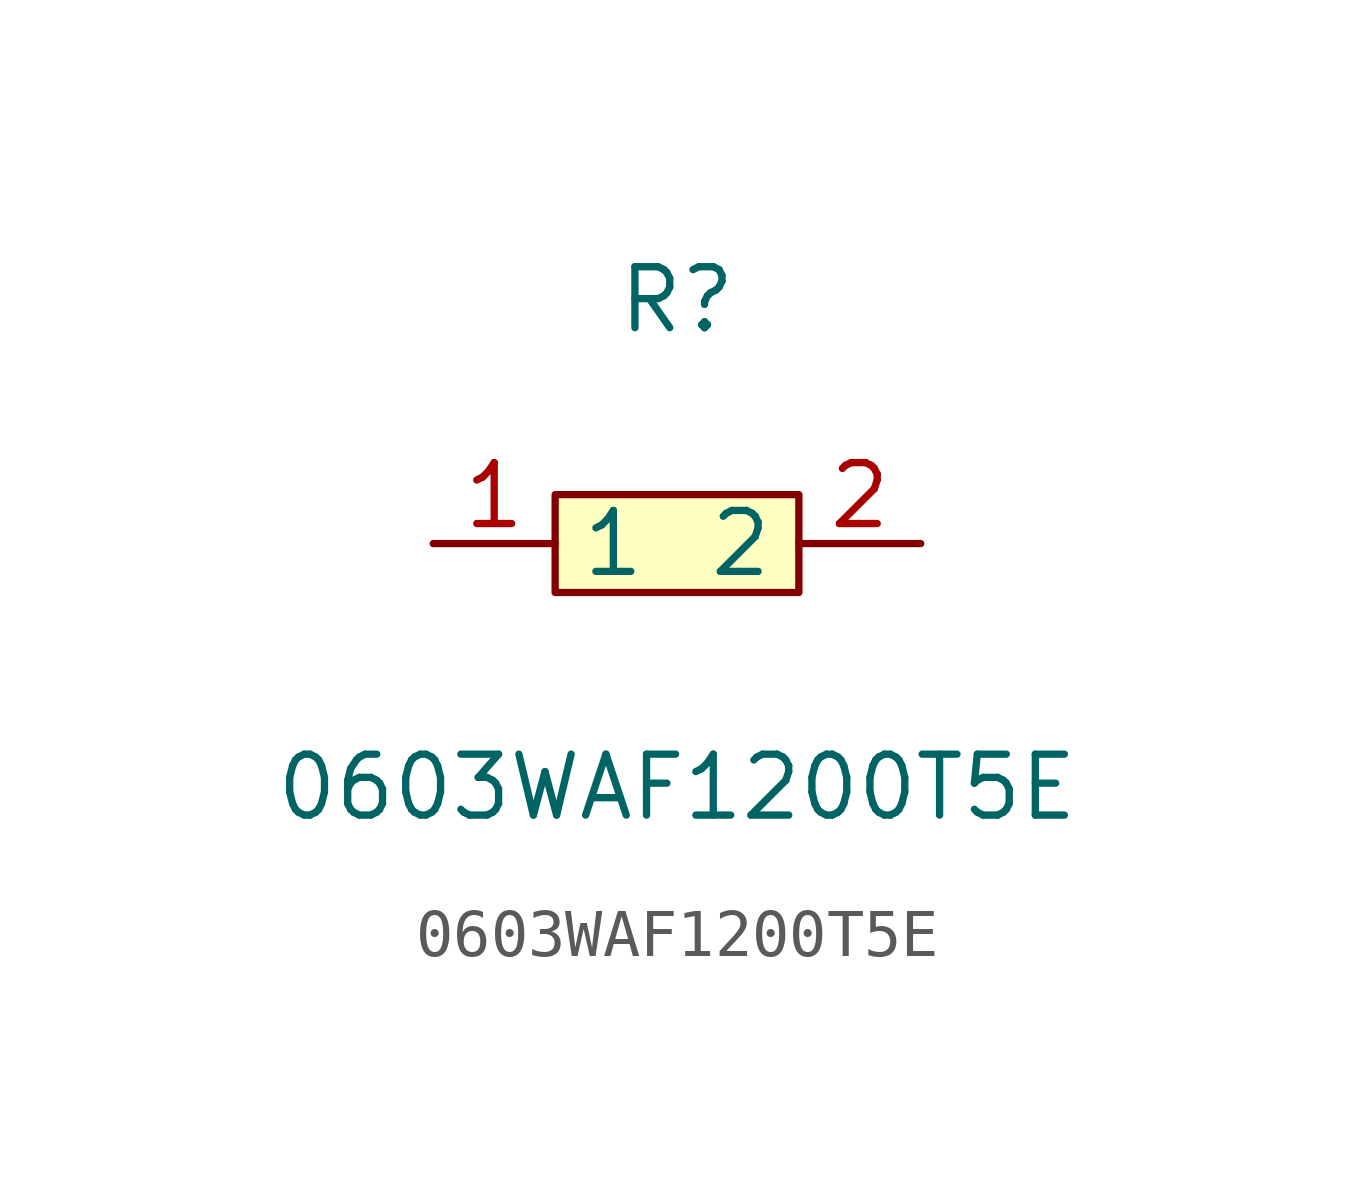
<source format=kicad_sym>
(kicad_symbol_lib
  (version 1)
  (generator "faebryk")
  (symbol "0603WAF1200T5E"
    (property "Reference" "R"
      (at 0 5.08 0)
      (effects (font (size 1.27 1.27)) (hide no)))
    (property "Value" "0603WAF1200T5E"
      (at 0 -5.08 0)
      (effects (font (size 1.27 1.27)) (hide no)))
    (symbol "0603WAF1200T5E_0_1"
      (rectangle (start -2.54 1.02) (end 2.54 -1.02) (stroke (width 0) (type default) (color 0 0 0 0)) (fill (type background)))
      (pin input line (at 5.08 0 180) (length 2.54) (name "2" (effects (font (size 1.27 1.27)) (hide no))) (number "2" (effects (font (size 1.27 1.27)) (hide no))))
      (pin input line (at -5.08 0 0) (length 2.54) (name "1" (effects (font (size 1.27 1.27)) (hide no))) (number "1" (effects (font (size 1.27 1.27)) (hide no)))))))
</source>
